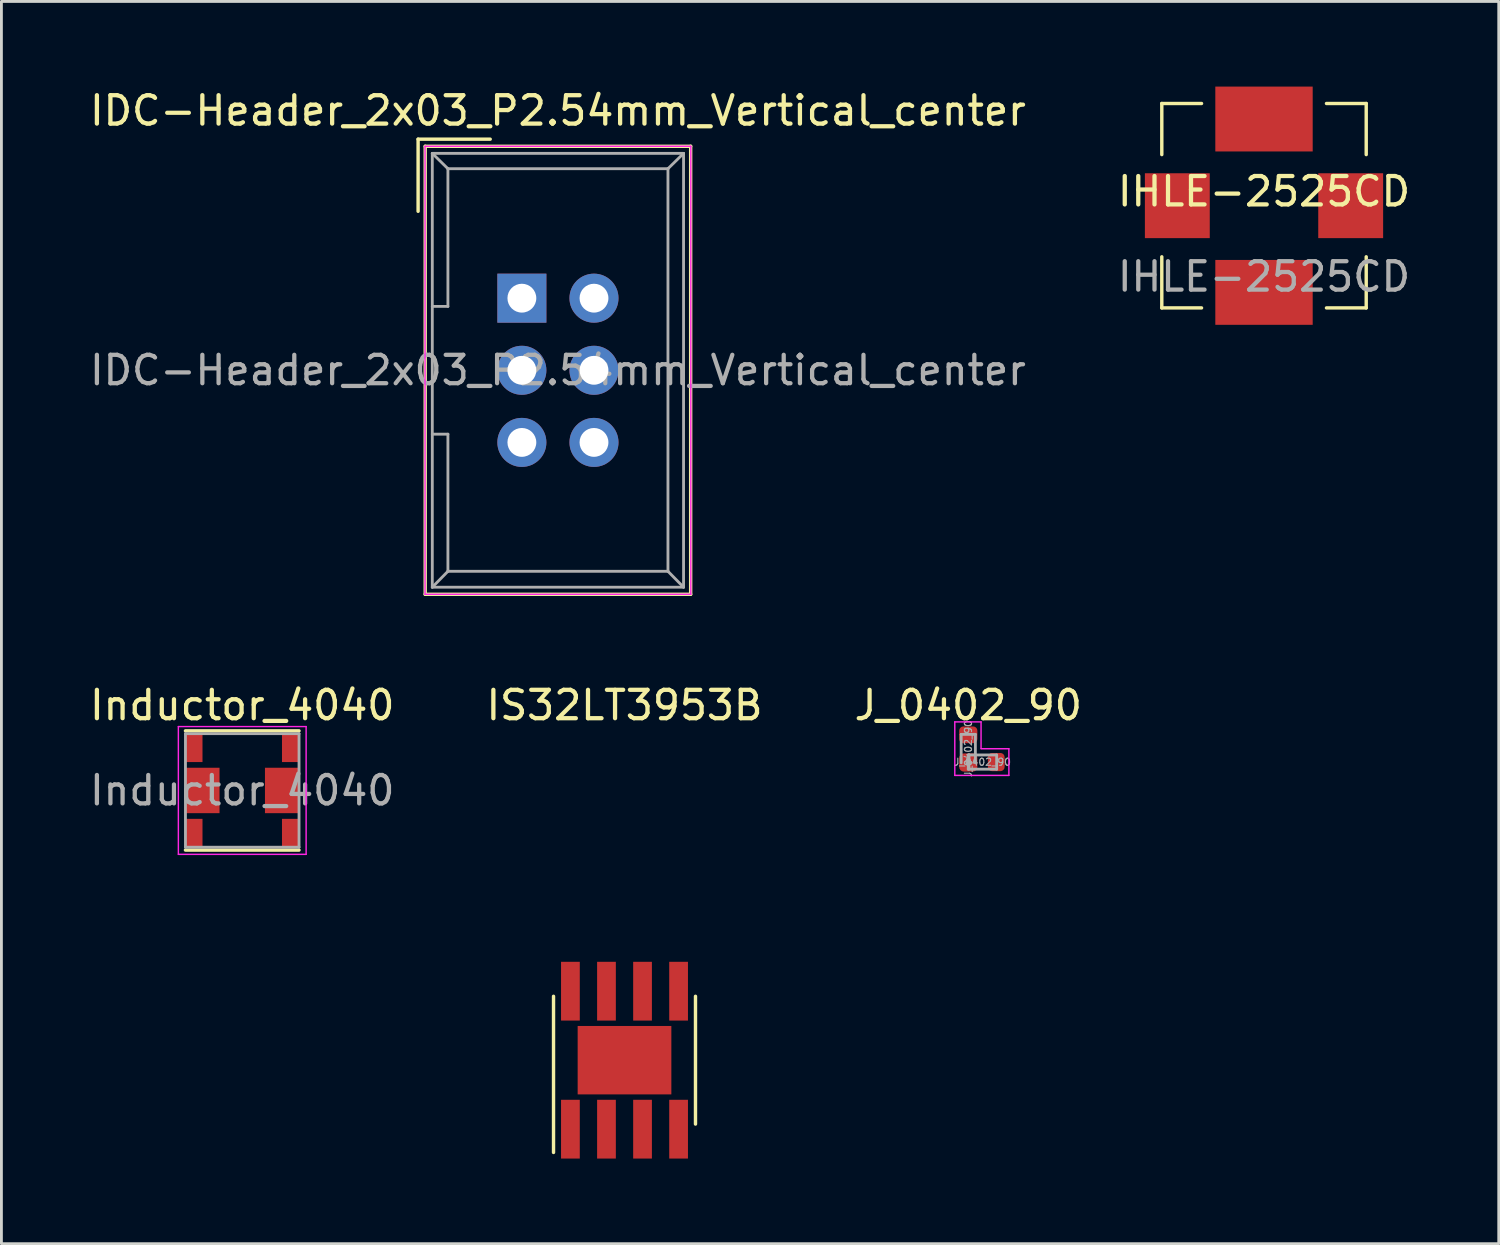
<source format=kicad_pcb>
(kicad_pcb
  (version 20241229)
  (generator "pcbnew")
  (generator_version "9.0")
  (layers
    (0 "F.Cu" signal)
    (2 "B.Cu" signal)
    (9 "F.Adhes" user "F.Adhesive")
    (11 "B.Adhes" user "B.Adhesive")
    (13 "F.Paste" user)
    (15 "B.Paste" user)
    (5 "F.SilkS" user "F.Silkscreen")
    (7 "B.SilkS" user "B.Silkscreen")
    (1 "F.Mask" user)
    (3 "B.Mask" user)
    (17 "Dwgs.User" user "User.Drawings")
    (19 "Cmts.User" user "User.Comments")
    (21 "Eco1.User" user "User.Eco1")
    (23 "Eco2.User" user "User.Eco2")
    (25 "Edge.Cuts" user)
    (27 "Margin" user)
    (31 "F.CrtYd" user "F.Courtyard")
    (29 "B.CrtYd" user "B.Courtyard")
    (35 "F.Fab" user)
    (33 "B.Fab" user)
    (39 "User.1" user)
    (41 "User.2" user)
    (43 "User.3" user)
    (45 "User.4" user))
  (footprint "Inductor_4040"
    (layer "F.Cu")
    (at 5.482 24.791)
    (property "Reference" "Inductor_4040" (at 0 -3 0) (layer "F.SilkS") (effects (font (size 1 1) (thickness 0.15))))
    (attr smd)
    (fp_line (start -2 -2.1) (end 2 -2.1) (stroke (width 0.12) (type solid)) (layer "F.SilkS"))
    (fp_line (start -2 2.1) (end 2 2.1) (stroke (width 0.12) (type solid)) (layer "F.SilkS"))
    (fp_line (start -2.25 -2.25) (end -2.25 2.25) (stroke (width 0.05) (type solid)) (layer "F.CrtYd"))
    (fp_line (start -2.25 2.25) (end 2.25 2.25) (stroke (width 0.05) (type solid)) (layer "F.CrtYd"))
    (fp_line (start 2.25 -2.25) (end -2.25 -2.25) (stroke (width 0.05) (type solid)) (layer "F.CrtYd"))
    (fp_line (start 2.25 2.25) (end 2.25 -2.25) (stroke (width 0.05) (type solid)) (layer "F.CrtYd"))
    (fp_line (start -2 -2) (end -2 2) (stroke (width 0.1) (type solid)) (layer "F.Fab"))
    (fp_line (start -2 2) (end 2 2) (stroke (width 0.1) (type solid)) (layer "F.Fab"))
    (fp_line (start 2 -2) (end -2 -2) (stroke (width 0.1) (type solid)) (layer "F.Fab"))
    (fp_line (start 2 2) (end 2 -2) (stroke (width 0.1) (type solid)) (layer "F.Fab"))
    (fp_text user "${REFERENCE}" (at 0 0 0) (layer "F.Fab") (effects (font (size 1 1) (thickness 0.15))))
    (pad "1" smd rect (at -1.7 -1.5 180) (size 0.6 1) (layers "F.Cu" "F.Mask" "F.Paste"))
    (pad "1" smd rect (at -1.7 1.5 180) (size 0.6 1) (layers "F.Cu" "F.Mask" "F.Paste"))
    (pad "1" smd rect (at -1.4 0) (size 1.2 1.6) (layers "F.Cu" "F.Mask" "F.Paste"))
    (pad "2" smd rect (at 1.4 0) (size 1.2 1.6) (layers "F.Cu" "F.Mask" "F.Paste"))
    (pad "2" smd rect (at 1.7 -1.5 180) (size 0.6 1) (layers "F.Cu" "F.Mask" "F.Paste"))
    (pad "2" smd rect (at 1.7 1.5 180) (size 0.6 1) (layers "F.Cu" "F.Mask" "F.Paste")))
  (footprint "IHLE-2525CD"
    (layer "F.Cu")
    (at 41.47 4.195)
    (property "Reference" "IHLE-2525CD" (at 0 -0.5 0) (unlocked yes) (layer "F.SilkS") (effects (font (size 1 1) (thickness 0.15))))
    (attr smd)
    (fp_line (start -3.6 -1.8) (end -3.6 -3.6) (stroke (width 0.12) (type solid)) (layer "F.SilkS"))
    (fp_line (start -3.6 1.8) (end -3.6 3.6) (stroke (width 0.12) (type solid)) (layer "F.SilkS"))
    (fp_line (start -3.6 3.6) (end -2.2 3.6) (stroke (width 0.12) (type solid)) (layer "F.SilkS"))
    (fp_line (start -2.2 -3.6) (end -3.6 -3.6) (stroke (width 0.12) (type solid)) (layer "F.SilkS"))
    (fp_line (start 2.2 3.6) (end 3.6 3.6) (stroke (width 0.12) (type solid)) (layer "F.SilkS"))
    (fp_line (start 3.6 -3.6) (end 2.2 -3.6) (stroke (width 0.12) (type solid)) (layer "F.SilkS"))
    (fp_line (start 3.6 -1.8) (end 3.6 -3.6) (stroke (width 0.12) (type solid)) (layer "F.SilkS"))
    (fp_line (start 3.6 1.8) (end 3.6 3.6) (stroke (width 0.12) (type solid)) (layer "F.SilkS"))
    (fp_text user "${REFERENCE}" (at 0 2.5 0) (unlocked yes) (layer "F.Fab") (effects (font (size 1 1) (thickness 0.15))))
    (pad "1" smd rect (at 0 -3.053) (size 3.43 2.285) (layers "F.Cu" "F.Mask" "F.Paste"))
    (pad "2" smd rect (at 0 3.053) (size 3.43 2.285) (layers "F.Cu" "F.Mask" "F.Paste"))
    (pad "SH" smd rect (at -3.053 0 90) (size 2.285 2.285) (layers "F.Cu" "F.Mask" "F.Paste"))
    (pad "SH" smd rect (at 3.053 0 90) (size 2.285 2.285) (layers "F.Cu" "F.Mask" "F.Paste")))
  (footprint "IDC-Header_2x03_P2.54mm_Vertical_center"
    (layer "F.Cu")
    (at 16.601 9.992)
    (property "Reference" "IDC-Header_2x03_P2.54mm_Vertical_center" (at 0 -9.144 0) (layer "F.SilkS") (effects (font (size 1 1) (thickness 0.15))))
    (attr through_hole)
    (fp_line (start -4.925 -8.14) (end -4.925 -5.6) (stroke (width 0.12) (type solid)) (layer "F.SilkS"))
    (fp_line (start -4.925 -8.14) (end -2.385 -8.14) (stroke (width 0.12) (type solid)) (layer "F.SilkS"))
    (fp_line (start -4.675 -7.89) (end 4.675 -7.89) (stroke (width 0.12) (type solid)) (layer "F.SilkS"))
    (fp_line (start -4.675 7.89) (end -4.675 -7.89) (stroke (width 0.12) (type solid)) (layer "F.SilkS"))
    (fp_line (start 4.675 -7.89) (end 4.675 7.89) (stroke (width 0.12) (type solid)) (layer "F.SilkS"))
    (fp_line (start 4.675 7.89) (end -4.675 7.89) (stroke (width 0.12) (type solid)) (layer "F.SilkS"))
    (fp_line (start -4.68 -7.89) (end 4.68 -7.89) (stroke (width 0.05) (type solid)) (layer "F.CrtYd"))
    (fp_line (start -4.68 7.89) (end -4.68 -7.89) (stroke (width 0.05) (type solid)) (layer "F.CrtYd"))
    (fp_line (start 4.68 -7.89) (end 4.68 7.89) (stroke (width 0.05) (type solid)) (layer "F.CrtYd"))
    (fp_line (start 4.68 7.89) (end -4.68 7.89) (stroke (width 0.05) (type solid)) (layer "F.CrtYd"))
    (fp_line (start -4.425 -7.64) (end -4.425 7.64) (stroke (width 0.1) (type solid)) (layer "F.Fab"))
    (fp_line (start -4.425 -7.64) (end -3.875 -7.1) (stroke (width 0.1) (type solid)) (layer "F.Fab"))
    (fp_line (start -4.425 7.64) (end -3.875 7.08) (stroke (width 0.1) (type solid)) (layer "F.Fab"))
    (fp_line (start -3.875 -7.1) (end -3.875 -2.25) (stroke (width 0.1) (type solid)) (layer "F.Fab"))
    (fp_line (start -3.875 -2.25) (end -4.425 -2.25) (stroke (width 0.1) (type solid)) (layer "F.Fab"))
    (fp_line (start -3.875 2.25) (end -4.425 2.25) (stroke (width 0.1) (type solid)) (layer "F.Fab"))
    (fp_line (start -3.875 2.25) (end -3.875 7.08) (stroke (width 0.1) (type solid)) (layer "F.Fab"))
    (fp_line (start 3.875 -7.1) (end -3.875 -7.1) (stroke (width 0.1) (type solid)) (layer "F.Fab"))
    (fp_line (start 3.875 -7.1) (end 3.875 7.08) (stroke (width 0.1) (type solid)) (layer "F.Fab"))
    (fp_line (start 3.875 7.08) (end -3.875 7.08) (stroke (width 0.1) (type solid)) (layer "F.Fab"))
    (fp_line (start 4.425 -7.64) (end -4.425 -7.64) (stroke (width 0.1) (type solid)) (layer "F.Fab"))
    (fp_line (start 4.425 -7.64) (end 3.875 -7.1) (stroke (width 0.1) (type solid)) (layer "F.Fab"))
    (fp_line (start 4.425 -7.64) (end 4.425 7.64) (stroke (width 0.1) (type solid)) (layer "F.Fab"))
    (fp_line (start 4.425 7.64) (end -4.425 7.64) (stroke (width 0.1) (type solid)) (layer "F.Fab"))
    (fp_line (start 4.425 7.64) (end 3.875 7.08) (stroke (width 0.1) (type solid)) (layer "F.Fab"))
    (fp_text user "${REFERENCE}" (at 0 0 0) (layer "F.Fab") (effects (font (size 1 1) (thickness 0.15))))
    (pad "1" thru_hole rect (at -1.27 -2.54) (size 1.727 1.727) (drill 1.016) (layers "*.Cu" "*.Mask"))
    (pad "2" thru_hole oval (at 1.27 -2.54) (size 1.727 1.727) (drill 1.016) (layers "*.Cu" "*.Mask"))
    (pad "3" thru_hole oval (at -1.27 0) (size 1.727 1.727) (drill 1.016) (layers "*.Cu" "*.Mask"))
    (pad "4" thru_hole oval (at 1.27 0) (size 1.727 1.727) (drill 1.016) (layers "*.Cu" "*.Mask"))
    (pad "5" thru_hole oval (at -1.27 2.54) (size 1.727 1.727) (drill 1.016) (layers "*.Cu" "*.Mask"))
    (pad "6" thru_hole oval (at 1.27 2.54) (size 1.727 1.727) (drill 1.016) (layers "*.Cu" "*.Mask")))
  (footprint "J_0402_90"
    (layer "F.Cu")
    (at 31.054 23.791)
    (property "Reference" "J_0402_90" (at 0 -2 0) (layer "F.SilkS") (effects (font (size 1 1) (thickness 0.15))))
    (attr smd)
    (fp_line (start -0.475 0.47) (end -0.475 -1.415) (stroke (width 0.05) (type solid)) (layer "F.CrtYd"))
    (fp_line (start 0.45 -1.415) (end -0.475 -1.415) (stroke (width 0.05) (type solid)) (layer "F.CrtYd"))
    (fp_line (start 0.45 -0.475) (end 0.45 -1.415) (stroke (width 0.05) (type solid)) (layer "F.CrtYd"))
    (fp_line (start 0.45 -0.47) (end 1.43 -0.47) (stroke (width 0.05) (type solid)) (layer "F.CrtYd"))
    (fp_line (start 1.43 -0.47) (end 1.43 0.47) (stroke (width 0.05) (type solid)) (layer "F.CrtYd"))
    (fp_line (start 1.43 0.47) (end -0.475 0.47) (stroke (width 0.05) (type solid)) (layer "F.CrtYd"))
    (fp_line (start -0.25 -0.975) (end 0.25 -0.975) (stroke (width 0.1) (type solid)) (layer "F.Fab"))
    (fp_line (start -0.25 0.025) (end -0.25 -0.975) (stroke (width 0.1) (type solid)) (layer "F.Fab"))
    (fp_line (start 0 -0.25) (end 1 -0.25) (stroke (width 0.1) (type solid)) (layer "F.Fab"))
    (fp_line (start 0 0.25) (end 0 -0.25) (stroke (width 0.1) (type solid)) (layer "F.Fab"))
    (fp_line (start 0.025 -0.25) (end 0.025 0.25) (stroke (width 0.1) (type solid)) (layer "F.Fab"))
    (fp_line (start 0.25 -0.975) (end 0.25 0.025) (stroke (width 0.1) (type solid)) (layer "F.Fab"))
    (fp_line (start 1 -0.25) (end 1 0.25) (stroke (width 0.1) (type solid)) (layer "F.Fab"))
    (fp_line (start 1 0.25) (end 0 0.25) (stroke (width 0.1) (type solid)) (layer "F.Fab"))
    (fp_text user "${REFERENCE}" (at 0 -0.475 270) (layer "F.Fab") (effects (font (size 0.25 0.25) (thickness 0.04))))
    (fp_text user "${REFERENCE}" (at 0.5 0 0) (layer "F.Fab") (effects (font (size 0.25 0.25) (thickness 0.04))))
    (pad "1" smd roundrect (at 0.985 0) (size 0.59 0.64) (layers "F.Cu" "F.Mask" "F.Paste") (roundrect_rratio 0.25))
    (pad "2" smd roundrect (at 0 0.015 270) (size 0.64 0.64) (layers "F.Cu" "F.Mask" "F.Paste") (roundrect_rratio 0.25))
    (pad "3" smd roundrect (at 0 -0.96 270) (size 0.59 0.64) (layers "F.Cu" "F.Mask" "F.Paste") (roundrect_rratio 0.25)))
  (footprint "IS32LT3953B"
    (layer "F.Cu")
    (at 18.946 34.291)
    (property "Reference" "IS32LT3953B" (at 0 -12.5 0) (unlocked yes) (layer "F.SilkS") (effects (font (size 1 1) (thickness 0.15))))
    (attr smd)
    (fp_line (start -2.5 3.25) (end -2.5 -2.25) (stroke (width 0.12) (type solid)) (layer "F.SilkS"))
    (fp_line (start 2.5 -2.25) (end 2.5 2.25) (stroke (width 0.12) (type solid)) (layer "F.SilkS"))
    (fp_line (start -2.45 -1.95) (end -2.45 1.95) (stroke (width 0.12) (type solid)) (layer "Eco1.User"))
    (fp_line (start -2 -3) (end 2 -3) (stroke (width 0.12) (type solid)) (layer "Eco1.User"))
    (fp_line (start -2 -1.95) (end -2 -3) (stroke (width 0.12) (type solid)) (layer "Eco1.User"))
    (fp_line (start -2 1.95) (end -2 3) (stroke (width 0.12) (type solid)) (layer "Eco1.User"))
    (fp_line (start -2 3) (end 2 3) (stroke (width 0.12) (type solid)) (layer "Eco1.User"))
    (fp_line (start 2 -1.95) (end 2 -3) (stroke (width 0.12) (type solid)) (layer "Eco1.User"))
    (fp_line (start 2 1.95) (end 2 3) (stroke (width 0.12) (type solid)) (layer "Eco1.User"))
    (fp_line (start 2.45 -1.95) (end -2.45 -1.95) (stroke (width 0.12) (type solid)) (layer "Eco1.User"))
    (fp_line (start 2.45 -1.95) (end 2.45 1.95) (stroke (width 0.12) (type solid)) (layer "Eco1.User"))
    (fp_line (start 2.45 1.95) (end -2.45 1.95) (stroke (width 0.12) (type solid)) (layer "Eco1.User"))
    (pad "1" smd rect (at -1.905 2.43 180) (size 0.66 2.07) (layers "F.Cu" "F.Mask" "F.Paste"))
    (pad "2" smd rect (at -0.635 2.43 180) (size 0.66 2.07) (layers "F.Cu" "F.Mask" "F.Paste"))
    (pad "3" smd rect (at 0.635 2.43 180) (size 0.66 2.07) (layers "F.Cu" "F.Mask" "F.Paste"))
    (pad "4" smd rect (at 1.905 2.43 180) (size 0.66 2.07) (layers "F.Cu" "F.Mask" "F.Paste"))
    (pad "5" smd rect (at 1.905 -2.43 180) (size 0.66 2.07) (layers "F.Cu" "F.Mask" "F.Paste"))
    (pad "6" smd rect (at 0.635 -2.43 180) (size 0.66 2.07) (layers "F.Cu" "F.Mask" "F.Paste"))
    (pad "7" smd rect (at -0.635 -2.43 180) (size 0.66 2.07) (layers "F.Cu" "F.Mask" "F.Paste"))
    (pad "8" smd rect (at -1.905 -2.43 180) (size 0.66 2.07) (layers "F.Cu" "F.Mask" "F.Paste"))
    (pad "9" smd rect (at 0 0) (size 3.3 2.41) (layers "F.Cu" "F.Mask" "F.Paste")))
  (gr_rect
    (start -3 -3)
    (end 49.738 40.755)
    (stroke (width 0.1) (type default))
    (fill no)
    (layer "Edge.Cuts")))
</source>
